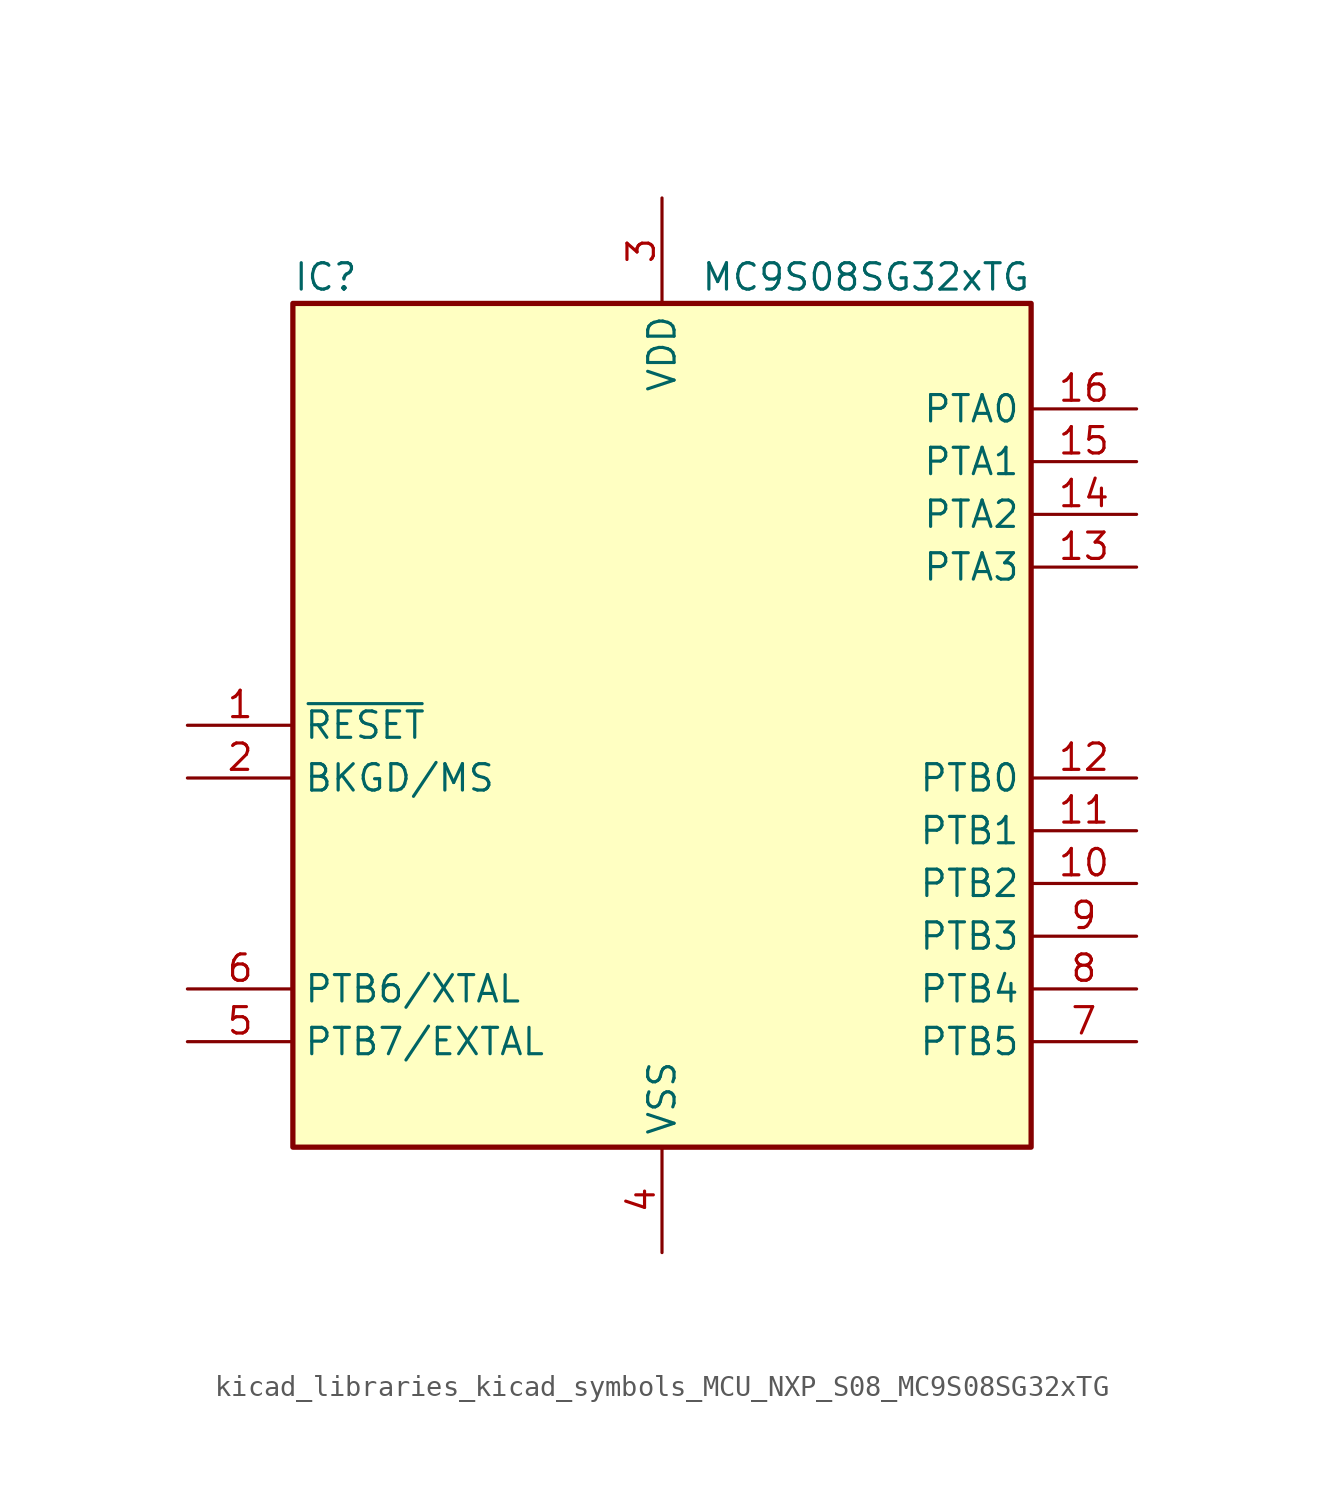
<source format=kicad_sym>
(kicad_symbol_lib
  (version 20220914)
  (generator kicad_symbol_editor)
  (symbol "kicad_libraries_kicad_symbols_MCU_NXP_S08_MC9S08SG32xTG"
    (property "Reference" "IC"
      (at -17.78 21.59 0)
      (effects (font (size 1.27 1.27)) (justify left)))
    (property "Value" "MC9S08SG32xTG"
      (at 17.78 21.59 0)
      (effects (font (size 1.27 1.27)) (justify right)))
    (symbol "kicad_libraries_kicad_symbols_MCU_NXP_S08_MC9S08SG32xTG_0_1"
      (rectangle (start -17.78 20.32) (end 17.78 -20.32) (stroke (width 0.254) (type default)) (fill (type background))))
    (symbol "kicad_libraries_kicad_symbols_MCU_NXP_S08_MC9S08SG32xTG_1_1"
      (pin input line (at -22.86 0 0) (length 5.08) (name "~{RESET}" (effects (font (size 1.27 1.27)))) (number "1" (effects (font (size 1.27 1.27)))))
      (pin bidirectional line (at 22.86 -7.62 180) (length 5.08) (name "PTB2" (effects (font (size 1.27 1.27)))) (number "10" (effects (font (size 1.27 1.27)))))
      (pin bidirectional line (at 22.86 -5.08 180) (length 5.08) (name "PTB1" (effects (font (size 1.27 1.27)))) (number "11" (effects (font (size 1.27 1.27)))))
      (pin bidirectional line (at 22.86 -2.54 180) (length 5.08) (name "PTB0" (effects (font (size 1.27 1.27)))) (number "12" (effects (font (size 1.27 1.27)))))
      (pin bidirectional line (at 22.86 7.62 180) (length 5.08) (name "PTA3" (effects (font (size 1.27 1.27)))) (number "13" (effects (font (size 1.27 1.27)))))
      (pin bidirectional line (at 22.86 10.16 180) (length 5.08) (name "PTA2" (effects (font (size 1.27 1.27)))) (number "14" (effects (font (size 1.27 1.27)))))
      (pin bidirectional line (at 22.86 12.7 180) (length 5.08) (name "PTA1" (effects (font (size 1.27 1.27)))) (number "15" (effects (font (size 1.27 1.27)))))
      (pin bidirectional line (at 22.86 15.24 180) (length 5.08) (name "PTA0" (effects (font (size 1.27 1.27)))) (number "16" (effects (font (size 1.27 1.27)))))
      (pin bidirectional line (at -22.86 -2.54 0) (length 5.08) (name "BKGD/MS" (effects (font (size 1.27 1.27)))) (number "2" (effects (font (size 1.27 1.27)))))
      (pin power_in line (at 0 25.4 270) (length 5.08) (name "VDD" (effects (font (size 1.27 1.27)))) (number "3" (effects (font (size 1.27 1.27)))))
      (pin power_in line (at 0 -25.4 90) (length 5.08) (name "VSS" (effects (font (size 1.27 1.27)))) (number "4" (effects (font (size 1.27 1.27)))))
      (pin bidirectional line (at -22.86 -15.24 0) (length 5.08) (name "PTB7/EXTAL" (effects (font (size 1.27 1.27)))) (number "5" (effects (font (size 1.27 1.27)))))
      (pin bidirectional line (at -22.86 -12.7 0) (length 5.08) (name "PTB6/XTAL" (effects (font (size 1.27 1.27)))) (number "6" (effects (font (size 1.27 1.27)))))
      (pin bidirectional line (at 22.86 -15.24 180) (length 5.08) (name "PTB5" (effects (font (size 1.27 1.27)))) (number "7" (effects (font (size 1.27 1.27)))))
      (pin bidirectional line (at 22.86 -12.7 180) (length 5.08) (name "PTB4" (effects (font (size 1.27 1.27)))) (number "8" (effects (font (size 1.27 1.27)))))
      (pin bidirectional line (at 22.86 -10.16 180) (length 5.08) (name "PTB3" (effects (font (size 1.27 1.27)))) (number "9" (effects (font (size 1.27 1.27))))))))
</source>
